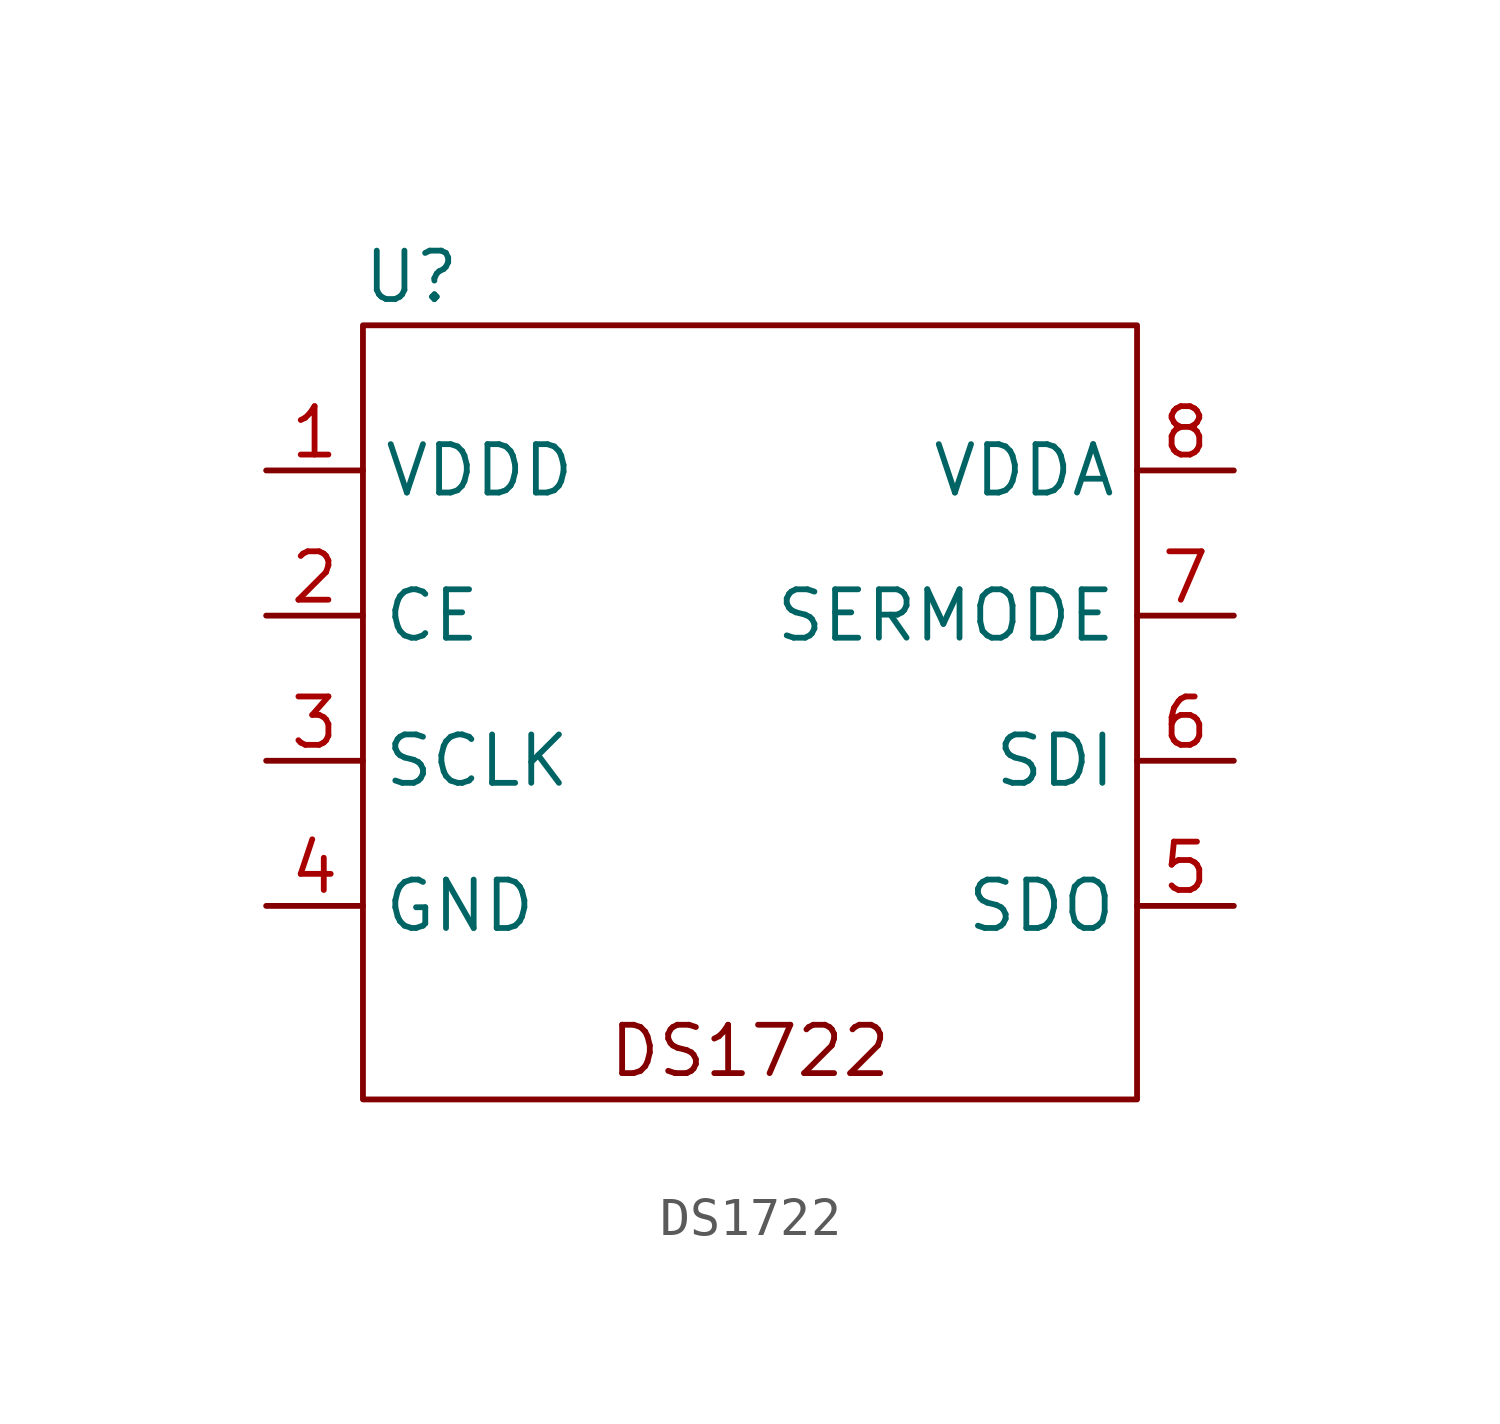
<source format=kicad_sym>
(kicad_symbol_lib
  (version 20220914)
  (generator kicad_symbol_editor)
  (symbol "DS1722"
    (property "Reference" "U"
      (at -8.89 11.43 0)
      (effects (font (size 1.27 1.27))))
    (property "Value" ""
      (at 0 0 0)
      (effects (font (size 1.27 1.27))))
    (symbol "DS1722_0_1"
      (rectangle (start -10.16 10.16) (end 10.16 -10.16) (stroke (width 0) (type default)) (fill (type none))))
    (symbol "DS1722_1_1"
      (text "DS1722\n" (at 0 -8.89 0) (effects (font (size 1.27 1.27))))
      (pin input line (at -12.7 6.35 0) (length 2.54) (name "VDDD" (effects (font (size 1.27 1.27)))) (number "1" (effects (font (size 1.27 1.27)))))
      (pin input line (at -12.7 2.54 0) (length 2.54) (name "CE" (effects (font (size 1.27 1.27)))) (number "2" (effects (font (size 1.27 1.27)))))
      (pin input line (at -12.7 -1.27 0) (length 2.54) (name "SCLK" (effects (font (size 1.27 1.27)))) (number "3" (effects (font (size 1.27 1.27)))))
      (pin input line (at -12.7 -5.08 0) (length 2.54) (name "GND" (effects (font (size 1.27 1.27)))) (number "4" (effects (font (size 1.27 1.27)))))
      (pin input line (at 12.7 -5.08 180) (length 2.54) (name "SDO" (effects (font (size 1.27 1.27)))) (number "5" (effects (font (size 1.27 1.27)))))
      (pin input line (at 12.7 -1.27 180) (length 2.54) (name "SDI" (effects (font (size 1.27 1.27)))) (number "6" (effects (font (size 1.27 1.27)))))
      (pin input line (at 12.7 2.54 180) (length 2.54) (name "SERMODE" (effects (font (size 1.27 1.27)))) (number "7" (effects (font (size 1.27 1.27)))))
      (pin input line (at 12.7 6.35 180) (length 2.54) (name "VDDA" (effects (font (size 1.27 1.27)))) (number "8" (effects (font (size 1.27 1.27))))))))
</source>
